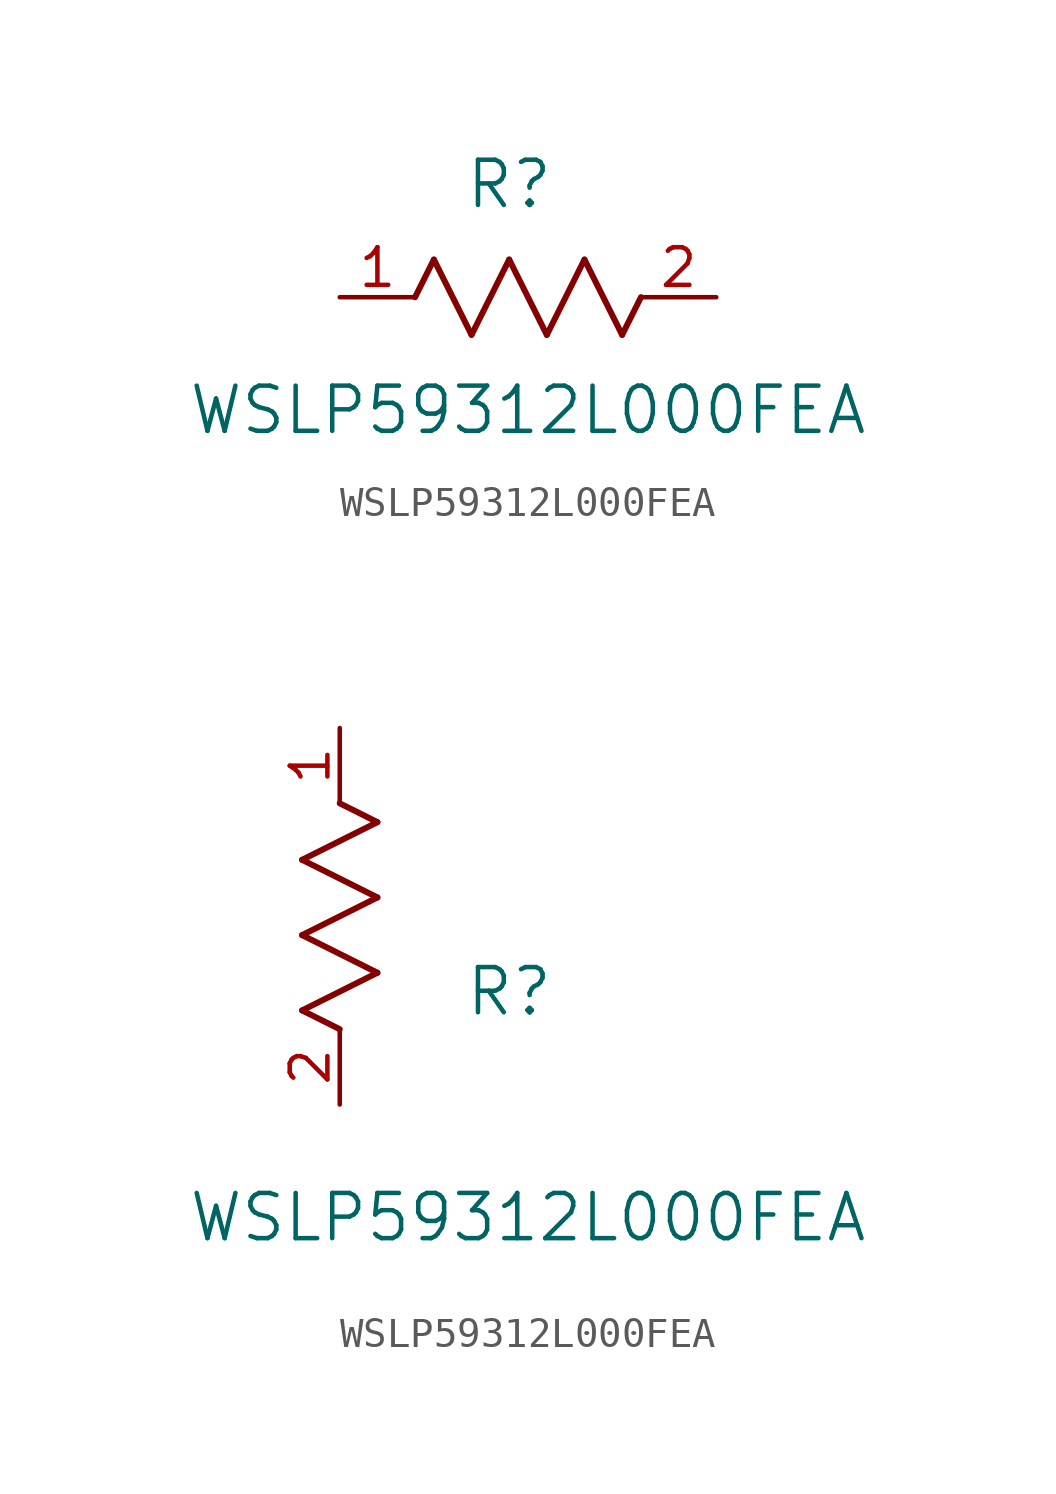
<source format=kicad_sym>
(kicad_symbol_lib
  (version 20211014)
  (generator kicad_symbol_editor)
  (symbol "WSLP59312L000FEA"
    (pin_names
      (offset 0.254))
    (property "Reference" "R"
      (at 5.715 3.81 0)
      (effects (font (size 1.524 1.524))))
    (property "Value" "WSLP59312L000FEA"
      (at 6.35 -3.81 0)
      (effects (font (size 1.524 1.524))))
    (symbol "WSLP59312L000FEA_1_1"
      (polyline (pts (xy 3.175 1.27) (xy 4.445 -1.27)) (stroke (width 0.203) (type default) (color 0 0 0 0)) (fill (type none)))
      (polyline (pts (xy 4.445 -1.27) (xy 5.715 1.27)) (stroke (width 0.203) (type default) (color 0 0 0 0)) (fill (type none)))
      (polyline (pts (xy 5.715 1.27) (xy 6.985 -1.27)) (stroke (width 0.203) (type default) (color 0 0 0 0)) (fill (type none)))
      (polyline (pts (xy 6.985 -1.27) (xy 8.255 1.27)) (stroke (width 0.203) (type default) (color 0 0 0 0)) (fill (type none)))
      (polyline (pts (xy 8.255 1.27) (xy 9.525 -1.27)) (stroke (width 0.203) (type default) (color 0 0 0 0)) (fill (type none)))
      (polyline (pts (xy 2.54 0) (xy 3.175 1.27)) (stroke (width 0.203) (type default) (color 0 0 0 0)) (fill (type none)))
      (polyline (pts (xy 9.525 -1.27) (xy 10.16 0)) (stroke (width 0.203) (type default) (color 0 0 0 0)) (fill (type none)))
      (pin unspecified line (at 0 0 0) (length 2.54) (name "" (effects (font (size 1.27 1.27)))) (number "1" (effects (font (size 1.27 1.27)))))
      (pin unspecified line (at 12.7 0 180) (length 2.54) (name "" (effects (font (size 1.27 1.27)))) (number "2" (effects (font (size 1.27 1.27))))))
    (symbol "WSLP59312L000FEA_1_2"
      (polyline (pts (xy 0 2.54) (xy -1.27 3.175)) (stroke (width 0.203) (type default) (color 0 0 0 0)) (fill (type none)))
      (polyline (pts (xy -1.27 3.175) (xy 1.27 4.445)) (stroke (width 0.203) (type default) (color 0 0 0 0)) (fill (type none)))
      (polyline (pts (xy 1.27 4.445) (xy -1.27 5.715)) (stroke (width 0.203) (type default) (color 0 0 0 0)) (fill (type none)))
      (polyline (pts (xy -1.27 5.715) (xy 1.27 6.985)) (stroke (width 0.203) (type default) (color 0 0 0 0)) (fill (type none)))
      (polyline (pts (xy -1.27 8.255) (xy 1.27 9.525)) (stroke (width 0.203) (type default) (color 0 0 0 0)) (fill (type none)))
      (polyline (pts (xy 1.27 9.525) (xy 0 10.16)) (stroke (width 0.203) (type default) (color 0 0 0 0)) (fill (type none)))
      (polyline (pts (xy 1.27 6.985) (xy -1.27 8.255)) (stroke (width 0.203) (type default) (color 0 0 0 0)) (fill (type none)))
      (pin unspecified line (at 0 12.7 270) (length 2.54) (name "" (effects (font (size 1.27 1.27)))) (number "1" (effects (font (size 1.27 1.27)))))
      (pin unspecified line (at 0 0 90) (length 2.54) (name "" (effects (font (size 1.27 1.27)))) (number "2" (effects (font (size 1.27 1.27))))))))
</source>
